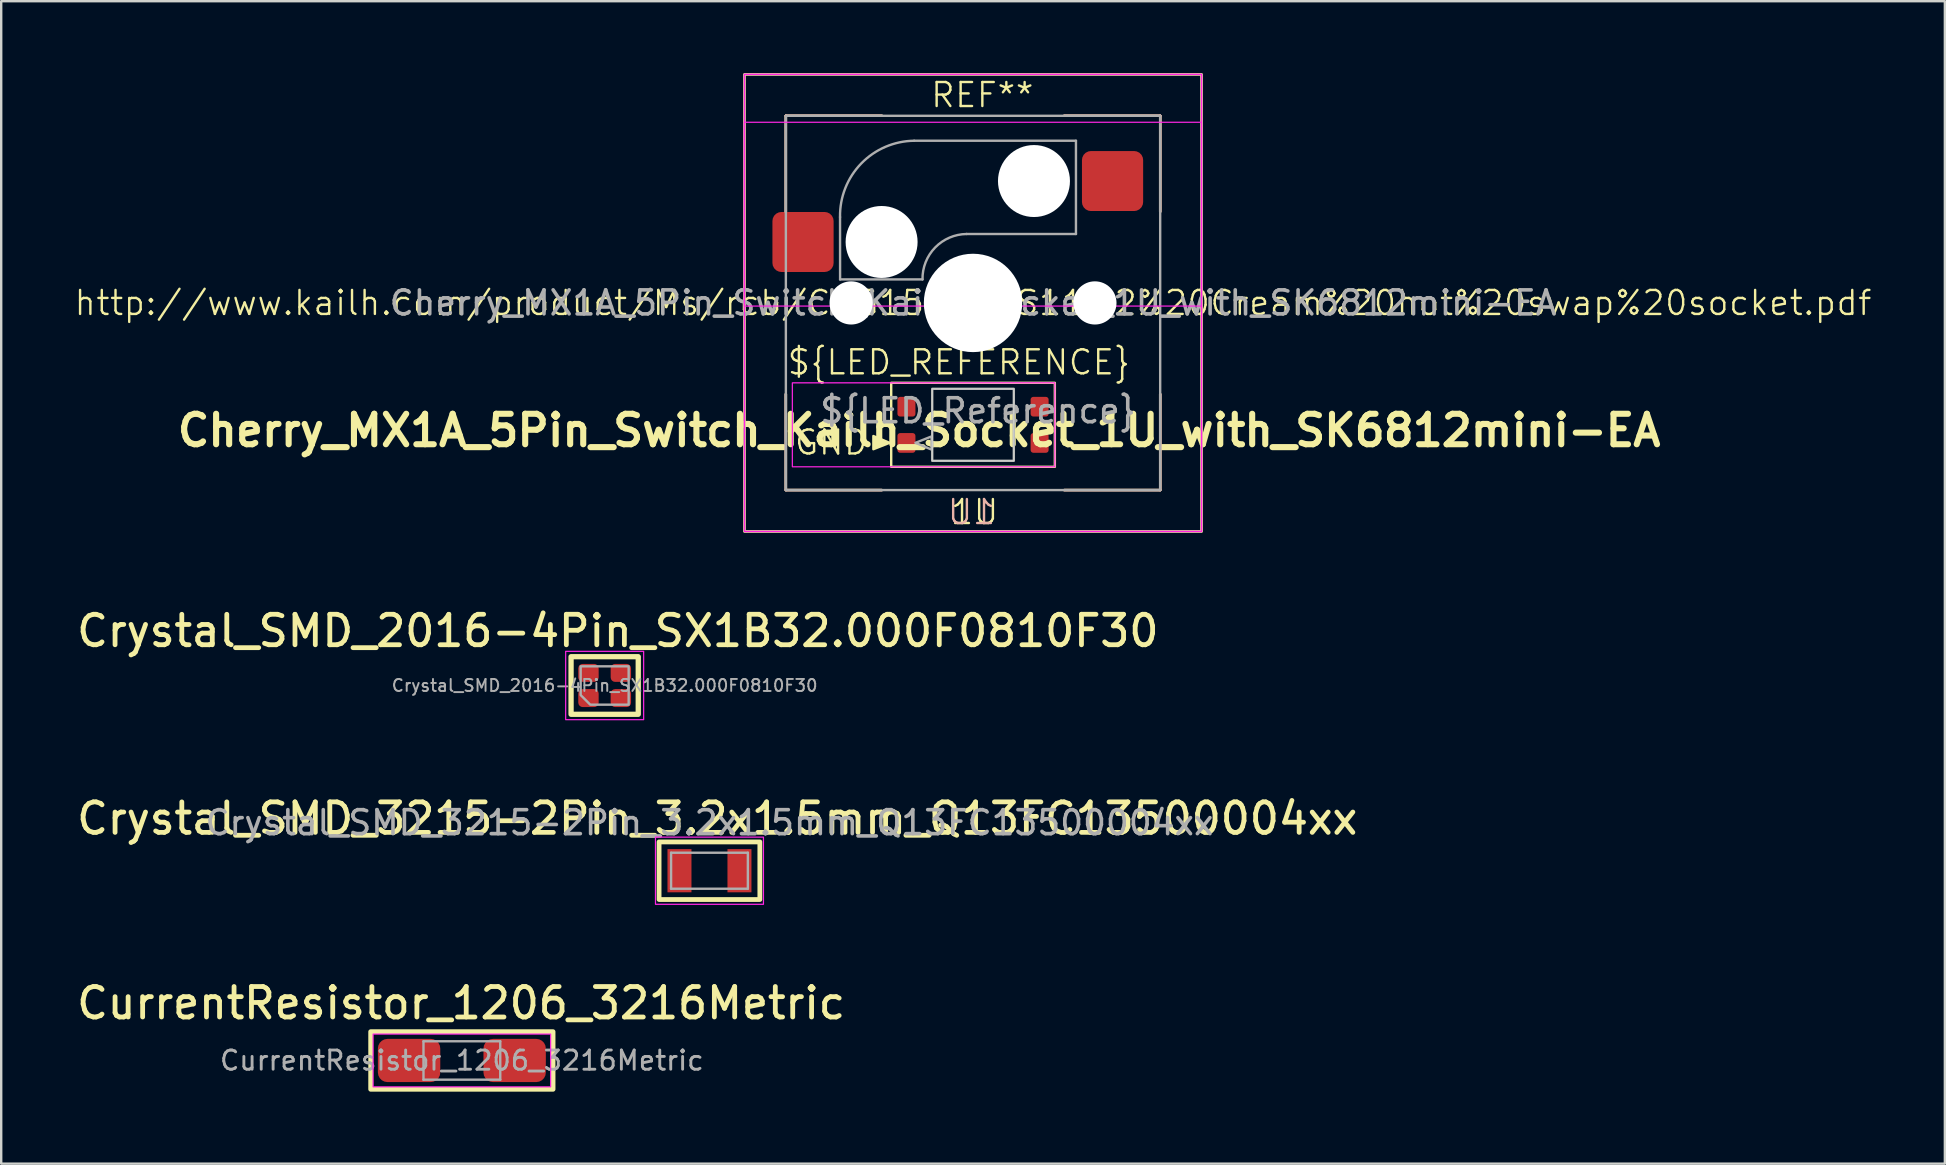
<source format=kicad_pcb>
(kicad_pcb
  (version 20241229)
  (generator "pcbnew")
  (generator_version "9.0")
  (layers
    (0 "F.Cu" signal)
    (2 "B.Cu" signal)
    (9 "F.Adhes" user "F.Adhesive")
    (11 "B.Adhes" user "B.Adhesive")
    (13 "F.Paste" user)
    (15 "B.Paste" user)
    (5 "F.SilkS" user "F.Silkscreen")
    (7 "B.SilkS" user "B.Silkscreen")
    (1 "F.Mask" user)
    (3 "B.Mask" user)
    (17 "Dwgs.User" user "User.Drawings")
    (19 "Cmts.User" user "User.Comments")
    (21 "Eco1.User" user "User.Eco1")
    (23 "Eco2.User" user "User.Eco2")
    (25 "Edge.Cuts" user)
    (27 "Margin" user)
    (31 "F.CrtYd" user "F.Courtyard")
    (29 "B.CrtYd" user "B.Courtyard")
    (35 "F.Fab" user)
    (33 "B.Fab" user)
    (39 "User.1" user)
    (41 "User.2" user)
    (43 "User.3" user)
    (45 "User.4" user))
  (footprint "Cherry_MX1A_5Pin_Switch_Kailh_Socket_1U_with_SK6812mini-EA"
    (layer "F.Cu")
    (at 37.502 9.575)
    (property "Reference" "Cherry_MX1A_5Pin_Switch_Kailh_Socket_1U_with_SK6812mini-EA" (at -2.245 5.315 0) (layer "F.SilkS") (effects (font (size 1.27 1.27) (thickness 0.254))))
    (property "Datasheet_Socket" "http://www.kailh.com/product/Ms/rcb/CPG151101S11-2%20Cream%20hot%20swap%20socket.pdf" (at 0 0 0) (layer "F.SilkS") (effects (font (size 1 1) (thickness 0.1))))
    (attr smd)
    (fp_line (start -7.8 -7.8) (end -7.8 -3.8) (stroke (width 0.1) (type default)) (layer "F.SilkS"))
    (fp_line (start -7.8 -7.8) (end -3.8 -7.8) (stroke (width 0.1) (type default)) (layer "F.SilkS"))
    (fp_line (start -7.8 7.8) (end -7.8 3.8) (stroke (width 0.1) (type default)) (layer "F.SilkS"))
    (fp_line (start -7.8 7.8) (end -3.8 7.8) (stroke (width 0.1) (type default)) (layer "F.SilkS"))
    (fp_line (start 7.8 -7.8) (end 3.8 -7.8) (stroke (width 0.1) (type default)) (layer "F.SilkS"))
    (fp_line (start 7.8 -7.8) (end 7.8 -3.8) (stroke (width 0.1) (type default)) (layer "F.SilkS"))
    (fp_line (start 7.8 7.8) (end 3.8 7.8) (stroke (width 0.1) (type default)) (layer "F.SilkS"))
    (fp_line (start 7.8 7.8) (end 7.8 3.8) (stroke (width 0.1) (type default)) (layer "F.SilkS"))
    (fp_rect (start -9.525 -9.525) (end 9.525 9.525) (stroke (width 0.1) (type default)) (fill no) (layer "F.SilkS"))
    (fp_rect (start -3.41 3.33) (end 3.41 6.83) (stroke (width 0.1) (type default)) (fill no) (layer "F.SilkS"))
    (fp_poly (pts (xy -3.48 5.83) (xy -4.153 5.547) (xy -4.153 5.55) (xy -4.153 6.097)) (stroke (width 0.1) (type solid)) (fill yes) (layer "F.SilkS"))
    (fp_line (start -7.8 -7.8) (end -7.8 -3.8) (stroke (width 0.1) (type default)) (layer "B.SilkS"))
    (fp_line (start -7.8 -7.8) (end -7.8 -3.8) (stroke (width 0.1) (type default)) (layer "B.SilkS"))
    (fp_line (start -7.8 -7.8) (end -3.8 -7.8) (stroke (width 0.1) (type default)) (layer "B.SilkS"))
    (fp_line (start -7.8 -7.8) (end -3.8 -7.8) (stroke (width 0.1) (type default)) (layer "B.SilkS"))
    (fp_line (start -7.8 7.8) (end -7.8 3.8) (stroke (width 0.1) (type default)) (layer "B.SilkS"))
    (fp_line (start -7.8 7.8) (end -7.8 3.8) (stroke (width 0.1) (type default)) (layer "B.SilkS"))
    (fp_line (start -7.8 7.8) (end -3.8 7.8) (stroke (width 0.1) (type default)) (layer "B.SilkS"))
    (fp_line (start -7.8 7.8) (end -3.8 7.8) (stroke (width 0.1) (type default)) (layer "B.SilkS"))
    (fp_line (start 7.8 -7.8) (end 3.8 -7.8) (stroke (width 0.1) (type default)) (layer "B.SilkS"))
    (fp_line (start 7.8 -7.8) (end 3.8 -7.8) (stroke (width 0.1) (type default)) (layer "B.SilkS"))
    (fp_line (start 7.8 -7.8) (end 7.8 -3.8) (stroke (width 0.1) (type default)) (layer "B.SilkS"))
    (fp_line (start 7.8 -7.8) (end 7.8 -3.8) (stroke (width 0.1) (type default)) (layer "B.SilkS"))
    (fp_line (start 7.8 7.8) (end 3.8 7.8) (stroke (width 0.1) (type default)) (layer "B.SilkS"))
    (fp_line (start 7.8 7.8) (end 3.8 7.8) (stroke (width 0.1) (type default)) (layer "B.SilkS"))
    (fp_line (start 7.8 7.8) (end 7.8 3.8) (stroke (width 0.1) (type default)) (layer "B.SilkS"))
    (fp_line (start 7.8 7.8) (end 7.8 3.8) (stroke (width 0.1) (type default)) (layer "B.SilkS"))
    (fp_rect (start -9.525 -9.525) (end 9.525 9.525) (stroke (width 0.1) (type default)) (fill no) (layer "B.SilkS"))
    (fp_rect (start -1.7 3.58) (end 1.7 6.58) (stroke (width 0.05) (type default)) (fill no) (layer "Edge.Cuts"))
    (fp_rect (start -9.53 -7.53) (end 9.52 0.13) (stroke (width 0.05) (type default)) (fill no) (layer "F.CrtYd"))
    (fp_rect (start -9.525 -9.525) (end 9.525 9.525) (stroke (width 0.05) (type default)) (fill no) (layer "F.CrtYd"))
    (fp_rect (start -7.53 3.33) (end 3.41 6.83) (stroke (width 0.05) (type default)) (fill no) (layer "F.CrtYd"))
    (fp_line (start -5.54 -0.98) (end -5.542 -3.577) (stroke (width 0.1) (type default)) (layer "F.Fab"))
    (fp_line (start -5.54 -0.98) (end -2.105 -0.98) (stroke (width 0.1) (type default)) (layer "F.Fab"))
    (fp_line (start -2.455 -6.759) (end 4.29 -6.759) (stroke (width 0.1) (type default)) (layer "F.Fab"))
    (fp_line (start -0.269 -2.873) (end 4.29 -2.873) (stroke (width 0.1) (type default)) (layer "F.Fab"))
    (fp_line (start 4.29 -2.873) (end 4.29 -6.759) (stroke (width 0.1) (type default)) (layer "F.Fab"))
    (fp_rect (start -7.8 -7.8) (end 7.8 7.8) (stroke (width 0.1) (type default)) (fill no) (layer "F.Fab"))
    (fp_rect (start -1.7 3.58) (end 1.7 6.58) (stroke (width 0.1) (type default)) (fill no) (layer "F.Fab"))
    (fp_arc (start -5.542076 -3.577199) (mid -4.66 -5.81) (end -2.45495 -6.759322) (stroke (width 0.1) (type default)) (layer "F.Fab"))
    (fp_arc (start -2.105 -0.98) (mid -1.580341 -2.308063) (end -0.268782 -2.872715) (stroke (width 0.1) (type default)) (layer "F.Fab"))
    (fp_poly (pts (xy -2.4 5.83) (xy -1.727 6.113) (xy -1.727 6.11) (xy -1.727 5.563)) (stroke (width 0.1) (type solid)) (fill no) (layer "F.Fab"))
    (fp_text user "1U" (at -1 9.3 0) (unlocked yes) (layer "F.SilkS") (effects (font (size 1 1) (thickness 0.1)) (justify left bottom)))
    (fp_text user "REF**" (at -1.82 -8.08 0) (unlocked yes) (layer "F.SilkS") (effects (font (size 1 1) (thickness 0.1)) (justify left bottom)))
    (fp_text user "${LED_REFERENCE}" (at -7.8 3.06 0) (unlocked yes) (layer "F.SilkS") (effects (font (size 1 1) (thickness 0.1)) (justify left bottom)))
    (fp_text user "GND" (at -7.5 6.4 0) (unlocked yes) (layer "F.SilkS") (effects (font (size 1 1) (thickness 0.1)) (justify left bottom)))
    (fp_text user "1U" (at 1 9.3 0) (unlocked yes) (layer "B.SilkS") (effects (font (size 1 1) (thickness 0.1)) (justify left bottom mirror)))
    (fp_text user "${REFERENCE}" (at 0 0 0) (layer "F.Fab") (effects (font (size 1 1) (thickness 0.15))))
    (fp_text user "${LED_Reference}" (at -6.46 5.08 0) (unlocked yes) (layer "F.Fab") (effects (font (size 1 1) (thickness 0.15)) (justify left bottom)))
    (pad "" np_thru_hole circle (at -5.08 0) (size 1.8 1.8) (drill 1.8) (layers "*.Cu" "*.Mask"))
    (pad "" np_thru_hole circle (at -3.81 -2.54) (size 3 3) (drill 3) (layers "*.Cu" "*.Mask"))
    (pad "" np_thru_hole circle (at 0 0) (size 4.1 4.1) (drill 4.1) (layers "*.Cu" "*.Mask"))
    (pad "" np_thru_hole circle (at 2.54 -5.08) (size 3 3) (drill 3) (layers "*.Cu" "*.Mask"))
    (pad "" np_thru_hole circle (at 5.08 0) (size 1.8 1.8) (drill 1.8) (layers "*.Cu" "*.Mask"))
    (pad "1" smd roundrect (at -7.085 -2.54) (size 2.55 2.5) (layers "F.Cu" "F.Mask" "F.Paste") (roundrect_rratio 0.15))
    (pad "2" smd roundrect (at 5.815 -5.08) (size 2.55 2.5) (layers "F.Cu" "F.Mask" "F.Paste") (roundrect_rratio 0.15))
    (pad "3" smd roundrect (at -2.775 5.835) (size 0.75 0.82) (layers "F.Cu" "F.Mask" "F.Paste") (roundrect_rratio 0.15))
    (pad "4" smd roundrect (at -2.775 4.325) (size 0.75 0.82) (layers "F.Cu" "F.Mask" "F.Paste") (roundrect_rratio 0.15))
    (pad "5" smd roundrect (at 2.775 4.325) (size 0.75 0.82) (layers "F.Cu" "F.Mask" "F.Paste") (roundrect_rratio 0.15))
    (pad "6" smd roundrect (at 2.775 5.835) (size 0.75 0.82) (layers "F.Cu" "F.Mask" "F.Paste") (roundrect_rratio 0.15)))
  (footprint "Crystal_SMD_2016-4Pin_SX1B32.000F0810F30"
    (layer "F.Cu")
    (at 22.15 25.519)
    (property "Reference" "Crystal_SMD_2016-4Pin_SX1B32.000F0810F30" (at 0.55 -2.275 0) (layer "F.SilkS") (effects (font (size 1.27 1.27) (thickness 0.2))))
    (attr smd)
    (fp_rect (start -1.4 -1.2) (end 1.4 1.2) (stroke (width 0.22) (type solid)) (fill no) (layer "F.SilkS"))
    (fp_rect (start -1.625 -1.425) (end 1.625 1.425) (stroke (width 0.05) (type solid)) (fill no) (layer "F.CrtYd"))
    (fp_poly (pts (xy -1 -0.8) (xy -1 0.4) (xy -0.6 0.8) (xy 1 0.8) (xy 1 -0.8)) (stroke (width 0.1) (type solid)) (fill no) (layer "F.Fab"))
    (fp_text user "${REFERENCE}" (at 0 0 0) (layer "F.Fab") (effects (font (size 0.5 0.5) (thickness 0.08))))
    (pad "1" smd roundrect (at -0.675 0.525) (size 0.85 0.75) (layers "F.Cu" "F.Mask" "F.Paste") (roundrect_rratio 0.25))
    (pad "2" smd roundrect (at 0.675 0.525) (size 0.85 0.75) (layers "F.Cu" "F.Mask" "F.Paste") (roundrect_rratio 0.25))
    (pad "3" smd roundrect (at 0.675 -0.525) (size 0.85 0.75) (layers "F.Cu" "F.Mask" "F.Paste") (roundrect_rratio 0.25))
    (pad "4" smd roundrect (at -0.675 -0.525) (size 0.85 0.75) (layers "F.Cu" "F.Mask" "F.Paste") (roundrect_rratio 0.25)))
  (footprint "CurrentResistor_1206_3216Metric"
    (layer "F.Cu")
    (at 16.199 41.147)
    (property "Reference" "CurrentResistor_1206_3216Metric" (at -0.03 -2.39 0) (layer "F.SilkS") (effects (font (size 1.27 1.27) (thickness 0.2))))
    (attr smd)
    (fp_rect (start -3.8 -1.2) (end 3.8 1.2) (stroke (width 0.2) (type default)) (fill no) (layer "F.SilkS"))
    (fp_rect (start -3.7 -1.1) (end 3.7 1.1) (stroke (width 0.05) (type default)) (fill no) (layer "F.CrtYd"))
    (fp_line (start -1.6 -0.8) (end 1.6 -0.8) (stroke (width 0.1) (type solid)) (layer "F.Fab"))
    (fp_line (start -1.6 0.8) (end -1.6 -0.8) (stroke (width 0.1) (type solid)) (layer "F.Fab"))
    (fp_line (start 1.6 -0.8) (end 1.6 0.8) (stroke (width 0.1) (type solid)) (layer "F.Fab"))
    (fp_line (start 1.6 0.8) (end -1.6 0.8) (stroke (width 0.1) (type solid)) (layer "F.Fab"))
    (fp_text user "${REFERENCE}" (at 0 0 0) (layer "F.Fab") (effects (font (size 0.8 0.8) (thickness 0.12))))
    (pad "1" smd roundrect (at -2.2 0) (size 2.6 1.8) (layers "F.Cu" "F.Mask" "F.Paste") (roundrect_rratio 0.222))
    (pad "2" smd roundrect (at 2.2 0) (size 2.6 1.8) (layers "F.Cu" "F.Mask" "F.Paste") (roundrect_rratio 0.222)))
  (footprint "Crystal_SMD_3215-2Pin_3.2x1.5mm_Q13FC13500004xx"
    (layer "F.Cu")
    (at 26.518 33.238)
    (property "Reference" "Crystal_SMD_3215-2Pin_3.2x1.5mm_Q13FC13500004xx" (at 0.325 -2.175 0) (layer "F.SilkS") (effects (font (size 1.27 1.27) (thickness 0.2))))
    (attr smd)
    (fp_rect (start -2.1 -1.2) (end 2.1 1.2) (stroke (width 0.2) (type default)) (fill no) (layer "F.SilkS"))
    (fp_rect (start -2.25 -1.4) (end 2.25 1.4) (stroke (width 0.05) (type default)) (fill no) (layer "F.CrtYd"))
    (fp_line (start -1.6 -0.75) (end -1.6 0.75) (stroke (width 0.1) (type solid)) (layer "F.Fab"))
    (fp_line (start -1.6 -0.75) (end 1.6 -0.75) (stroke (width 0.1) (type solid)) (layer "F.Fab"))
    (fp_line (start -1.6 0.75) (end 1.6 0.75) (stroke (width 0.1) (type solid)) (layer "F.Fab"))
    (fp_line (start 1.6 -0.75) (end 1.6 0.75) (stroke (width 0.1) (type solid)) (layer "F.Fab"))
    (fp_text user "${REFERENCE}" (at 0 -2 0) (layer "F.Fab") (effects (font (size 1 1) (thickness 0.15))))
    (pad "1" smd rect (at -1.25 0) (size 1 1.8) (layers "F.Cu" "F.Mask" "F.Paste"))
    (pad "2" smd rect (at 1.25 0) (size 1 1.8) (layers "F.Cu" "F.Mask" "F.Paste")))
  (gr_rect
    (start -3 -3)
    (end 78.005 45.447)
    (stroke (width 0.1) (type default))
    (fill no)
    (layer "Edge.Cuts")))
</source>
